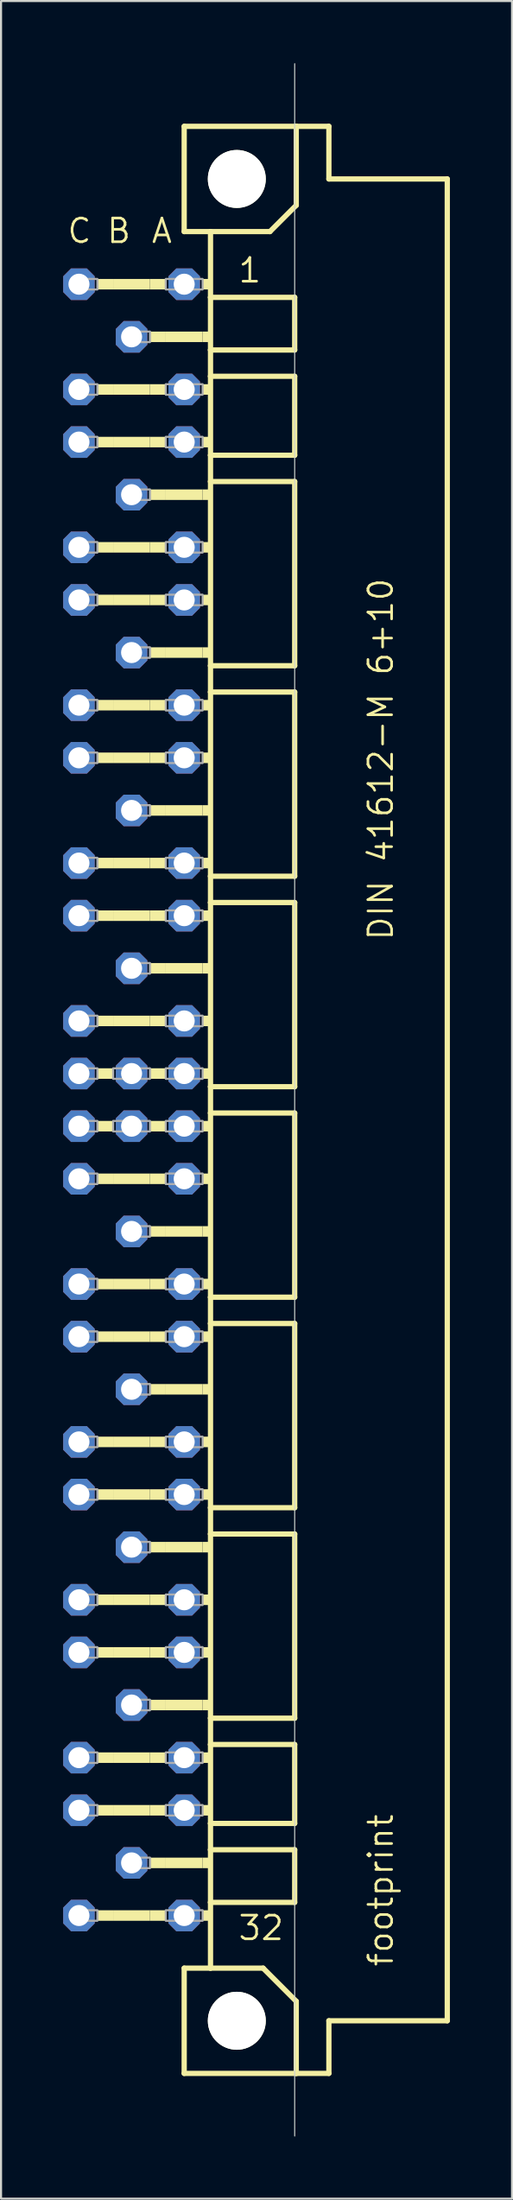
<source format=kicad_pcb>
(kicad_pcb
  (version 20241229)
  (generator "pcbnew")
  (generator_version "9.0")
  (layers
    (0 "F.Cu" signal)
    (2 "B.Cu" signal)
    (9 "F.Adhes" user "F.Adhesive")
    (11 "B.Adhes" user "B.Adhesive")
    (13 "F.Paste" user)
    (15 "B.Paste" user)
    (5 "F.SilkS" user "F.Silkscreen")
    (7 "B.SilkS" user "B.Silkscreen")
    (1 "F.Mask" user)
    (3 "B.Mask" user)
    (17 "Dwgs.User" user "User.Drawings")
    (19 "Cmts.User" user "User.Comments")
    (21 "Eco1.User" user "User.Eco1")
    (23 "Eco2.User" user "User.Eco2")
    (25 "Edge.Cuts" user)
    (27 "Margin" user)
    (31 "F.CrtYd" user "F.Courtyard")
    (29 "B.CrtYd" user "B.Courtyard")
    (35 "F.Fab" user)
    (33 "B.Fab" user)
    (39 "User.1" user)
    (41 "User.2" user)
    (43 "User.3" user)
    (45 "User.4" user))
  (footprint "footprint"
    (layer "F.Cu")
    (at 8.382 50.038)
    (property "Reference" "footprint" (at 7.62 41.91 90) (layer "F.SilkS") (effects (font (size 1.143 1.143) (thickness 0.127)) (justify left bottom)))
    (fp_line (start -2.54 -46.99) (end -2.54 -41.91) (stroke (width 0.254) (type solid)) (layer "F.SilkS"))
    (fp_line (start -2.54 -41.91) (end -1.27 -41.91) (stroke (width 0.254) (type solid)) (layer "F.SilkS"))
    (fp_line (start -2.54 41.91) (end -2.54 46.99) (stroke (width 0.254) (type solid)) (layer "F.SilkS"))
    (fp_line (start -2.54 41.91) (end -1.27 41.91) (stroke (width 0.254) (type solid)) (layer "F.SilkS"))
    (fp_line (start -2.54 46.99) (end 2.87 46.99) (stroke (width 0.254) (type solid)) (layer "F.SilkS"))
    (fp_line (start -1.27 -41.91) (end -1.27 -38.735) (stroke (width 0.254) (type solid)) (layer "F.SilkS"))
    (fp_line (start -1.27 -41.91) (end 1.6 -41.91) (stroke (width 0.254) (type solid)) (layer "F.SilkS"))
    (fp_line (start -1.27 -38.735) (end -1.27 -36.195) (stroke (width 0.254) (type solid)) (layer "F.SilkS"))
    (fp_line (start -1.27 -36.195) (end -1.27 -34.925) (stroke (width 0.254) (type solid)) (layer "F.SilkS"))
    (fp_line (start -1.27 -34.925) (end -1.27 -31.115) (stroke (width 0.254) (type solid)) (layer "F.SilkS"))
    (fp_line (start -1.27 -31.115) (end -1.27 -29.845) (stroke (width 0.254) (type solid)) (layer "F.SilkS"))
    (fp_line (start -1.27 -29.845) (end -1.27 -20.955) (stroke (width 0.254) (type solid)) (layer "F.SilkS"))
    (fp_line (start -1.27 -20.955) (end -1.27 -19.685) (stroke (width 0.254) (type solid)) (layer "F.SilkS"))
    (fp_line (start -1.27 -19.685) (end -1.27 -10.795) (stroke (width 0.254) (type solid)) (layer "F.SilkS"))
    (fp_line (start -1.27 -10.795) (end -1.27 -9.525) (stroke (width 0.254) (type solid)) (layer "F.SilkS"))
    (fp_line (start -1.27 -9.525) (end -1.27 -0.635) (stroke (width 0.254) (type solid)) (layer "F.SilkS"))
    (fp_line (start -1.27 -0.635) (end -1.27 0.635) (stroke (width 0.254) (type solid)) (layer "F.SilkS"))
    (fp_line (start -1.27 0.635) (end -1.27 9.525) (stroke (width 0.254) (type solid)) (layer "F.SilkS"))
    (fp_line (start -1.27 9.525) (end -1.27 10.795) (stroke (width 0.254) (type solid)) (layer "F.SilkS"))
    (fp_line (start -1.27 10.795) (end -1.27 19.685) (stroke (width 0.254) (type solid)) (layer "F.SilkS"))
    (fp_line (start -1.27 19.685) (end -1.27 20.955) (stroke (width 0.254) (type solid)) (layer "F.SilkS"))
    (fp_line (start -1.27 20.955) (end -1.27 29.845) (stroke (width 0.254) (type solid)) (layer "F.SilkS"))
    (fp_line (start -1.27 29.845) (end -1.27 31.115) (stroke (width 0.254) (type solid)) (layer "F.SilkS"))
    (fp_line (start -1.27 31.115) (end -1.27 34.925) (stroke (width 0.254) (type solid)) (layer "F.SilkS"))
    (fp_line (start -1.27 34.925) (end -1.27 36.195) (stroke (width 0.254) (type solid)) (layer "F.SilkS"))
    (fp_line (start -1.27 36.195) (end -1.27 38.735) (stroke (width 0.254) (type solid)) (layer "F.SilkS"))
    (fp_line (start -1.27 38.735) (end -1.27 41.91) (stroke (width 0.254) (type solid)) (layer "F.SilkS"))
    (fp_line (start -1.27 41.91) (end 1.27 41.91) (stroke (width 0.254) (type solid)) (layer "F.SilkS"))
    (fp_line (start 1.6 -41.91) (end 2.87 -43.18) (stroke (width 0.254) (type solid)) (layer "F.SilkS"))
    (fp_line (start 2.794 -38.735) (end -1.27 -38.735) (stroke (width 0.254) (type solid)) (layer "F.SilkS"))
    (fp_line (start 2.794 -38.735) (end 2.794 -36.195) (stroke (width 0.254) (type solid)) (layer "F.SilkS"))
    (fp_line (start 2.794 -36.195) (end -1.27 -36.195) (stroke (width 0.254) (type solid)) (layer "F.SilkS"))
    (fp_line (start 2.794 -34.925) (end -1.27 -34.925) (stroke (width 0.254) (type solid)) (layer "F.SilkS"))
    (fp_line (start 2.794 -34.925) (end 2.794 -31.115) (stroke (width 0.254) (type solid)) (layer "F.SilkS"))
    (fp_line (start 2.794 -31.115) (end -1.27 -31.115) (stroke (width 0.254) (type solid)) (layer "F.SilkS"))
    (fp_line (start 2.794 -29.845) (end -1.27 -29.845) (stroke (width 0.254) (type solid)) (layer "F.SilkS"))
    (fp_line (start 2.794 -29.845) (end 2.794 -20.955) (stroke (width 0.254) (type solid)) (layer "F.SilkS"))
    (fp_line (start 2.794 -20.955) (end -1.27 -20.955) (stroke (width 0.254) (type solid)) (layer "F.SilkS"))
    (fp_line (start 2.794 -19.685) (end -1.27 -19.685) (stroke (width 0.254) (type solid)) (layer "F.SilkS"))
    (fp_line (start 2.794 -19.685) (end 2.794 -10.795) (stroke (width 0.254) (type solid)) (layer "F.SilkS"))
    (fp_line (start 2.794 -10.795) (end -1.27 -10.795) (stroke (width 0.254) (type solid)) (layer "F.SilkS"))
    (fp_line (start 2.794 -9.525) (end -1.27 -9.525) (stroke (width 0.254) (type solid)) (layer "F.SilkS"))
    (fp_line (start 2.794 -9.525) (end 2.794 -0.635) (stroke (width 0.254) (type solid)) (layer "F.SilkS"))
    (fp_line (start 2.794 -0.635) (end -1.27 -0.635) (stroke (width 0.254) (type solid)) (layer "F.SilkS"))
    (fp_line (start 2.794 0.635) (end -1.27 0.635) (stroke (width 0.254) (type solid)) (layer "F.SilkS"))
    (fp_line (start 2.794 0.635) (end 2.794 9.525) (stroke (width 0.254) (type solid)) (layer "F.SilkS"))
    (fp_line (start 2.794 9.525) (end -1.27 9.525) (stroke (width 0.254) (type solid)) (layer "F.SilkS"))
    (fp_line (start 2.794 10.795) (end -1.27 10.795) (stroke (width 0.254) (type solid)) (layer "F.SilkS"))
    (fp_line (start 2.794 10.795) (end 2.794 19.685) (stroke (width 0.254) (type solid)) (layer "F.SilkS"))
    (fp_line (start 2.794 19.685) (end -1.27 19.685) (stroke (width 0.254) (type solid)) (layer "F.SilkS"))
    (fp_line (start 2.794 20.955) (end -1.27 20.955) (stroke (width 0.254) (type solid)) (layer "F.SilkS"))
    (fp_line (start 2.794 20.955) (end 2.794 29.845) (stroke (width 0.254) (type solid)) (layer "F.SilkS"))
    (fp_line (start 2.794 29.845) (end -1.27 29.845) (stroke (width 0.254) (type solid)) (layer "F.SilkS"))
    (fp_line (start 2.794 31.115) (end -1.27 31.115) (stroke (width 0.254) (type solid)) (layer "F.SilkS"))
    (fp_line (start 2.794 31.115) (end 2.794 34.925) (stroke (width 0.254) (type solid)) (layer "F.SilkS"))
    (fp_line (start 2.794 34.925) (end -1.27 34.925) (stroke (width 0.254) (type solid)) (layer "F.SilkS"))
    (fp_line (start 2.794 36.195) (end -1.27 36.195) (stroke (width 0.254) (type solid)) (layer "F.SilkS"))
    (fp_line (start 2.794 36.195) (end 2.794 38.735) (stroke (width 0.254) (type solid)) (layer "F.SilkS"))
    (fp_line (start 2.794 38.735) (end -1.27 38.735) (stroke (width 0.254) (type solid)) (layer "F.SilkS"))
    (fp_line (start 2.87 -46.99) (end -2.54 -46.99) (stroke (width 0.254) (type solid)) (layer "F.SilkS"))
    (fp_line (start 2.87 -43.18) (end 2.87 -46.99) (stroke (width 0.254) (type solid)) (layer "F.SilkS"))
    (fp_line (start 2.87 43.51) (end 1.27 41.91) (stroke (width 0.254) (type solid)) (layer "F.SilkS"))
    (fp_line (start 2.87 43.51) (end 2.87 46.99) (stroke (width 0.254) (type solid)) (layer "F.SilkS"))
    (fp_line (start 2.87 46.99) (end 4.445 46.99) (stroke (width 0.254) (type solid)) (layer "F.SilkS"))
    (fp_line (start 4.445 -46.99) (end 2.87 -46.99) (stroke (width 0.254) (type solid)) (layer "F.SilkS"))
    (fp_line (start 4.445 -44.45) (end 4.445 -46.99) (stroke (width 0.254) (type solid)) (layer "F.SilkS"))
    (fp_line (start 4.445 44.45) (end 10.16 44.45) (stroke (width 0.254) (type solid)) (layer "F.SilkS"))
    (fp_line (start 4.445 46.99) (end 4.445 44.45) (stroke (width 0.254) (type solid)) (layer "F.SilkS"))
    (fp_line (start 10.16 -44.45) (end 4.445 -44.45) (stroke (width 0.254) (type solid)) (layer "F.SilkS"))
    (fp_line (start 10.16 44.45) (end 10.16 -44.45) (stroke (width 0.254) (type solid)) (layer "F.SilkS"))
    (fp_circle (center 0 -44.45) (end 1.27 -44.45) (stroke (width 0.254) (type solid)) (fill no) (layer "F.SilkS"))
    (fp_circle (center 0 44.45) (end 1.27 44.45) (stroke (width 0.254) (type solid)) (fill no) (layer "F.SilkS"))
    (fp_poly (pts (xy -6.731 -39.116) (xy -5.969 -39.116) (xy -5.969 -39.624) (xy -6.731 -39.624)) (stroke (width 0) (type solid)) (fill yes) (layer "F.SilkS"))
    (fp_poly (pts (xy -6.731 -34.036) (xy -5.969 -34.036) (xy -5.969 -34.544) (xy -6.731 -34.544)) (stroke (width 0) (type solid)) (fill yes) (layer "F.SilkS"))
    (fp_poly (pts (xy -6.731 -31.496) (xy -5.969 -31.496) (xy -5.969 -32.004) (xy -6.731 -32.004)) (stroke (width 0) (type solid)) (fill yes) (layer "F.SilkS"))
    (fp_poly (pts (xy -6.731 -26.416) (xy -5.969 -26.416) (xy -5.969 -26.924) (xy -6.731 -26.924)) (stroke (width 0) (type solid)) (fill yes) (layer "F.SilkS"))
    (fp_poly (pts (xy -6.731 -23.876) (xy -5.969 -23.876) (xy -5.969 -24.384) (xy -6.731 -24.384)) (stroke (width 0) (type solid)) (fill yes) (layer "F.SilkS"))
    (fp_poly (pts (xy -6.731 -18.796) (xy -5.969 -18.796) (xy -5.969 -19.304) (xy -6.731 -19.304)) (stroke (width 0) (type solid)) (fill yes) (layer "F.SilkS"))
    (fp_poly (pts (xy -6.731 -16.256) (xy -5.969 -16.256) (xy -5.969 -16.764) (xy -6.731 -16.764)) (stroke (width 0) (type solid)) (fill yes) (layer "F.SilkS"))
    (fp_poly (pts (xy -6.731 -11.176) (xy -5.969 -11.176) (xy -5.969 -11.684) (xy -6.731 -11.684)) (stroke (width 0) (type solid)) (fill yes) (layer "F.SilkS"))
    (fp_poly (pts (xy -6.731 -8.636) (xy -5.969 -8.636) (xy -5.969 -9.144) (xy -6.731 -9.144)) (stroke (width 0) (type solid)) (fill yes) (layer "F.SilkS"))
    (fp_poly (pts (xy -6.731 -3.556) (xy -5.969 -3.556) (xy -5.969 -4.064) (xy -6.731 -4.064)) (stroke (width 0) (type solid)) (fill yes) (layer "F.SilkS"))
    (fp_poly (pts (xy -6.731 -1.016) (xy -5.969 -1.016) (xy -5.969 -1.524) (xy -6.731 -1.524)) (stroke (width 0) (type solid)) (fill yes) (layer "F.SilkS"))
    (fp_poly (pts (xy -6.731 1.524) (xy -5.969 1.524) (xy -5.969 1.016) (xy -6.731 1.016)) (stroke (width 0) (type solid)) (fill yes) (layer "F.SilkS"))
    (fp_poly (pts (xy -6.731 4.064) (xy -5.969 4.064) (xy -5.969 3.556) (xy -6.731 3.556)) (stroke (width 0) (type solid)) (fill yes) (layer "F.SilkS"))
    (fp_poly (pts (xy -6.731 9.144) (xy -5.969 9.144) (xy -5.969 8.636) (xy -6.731 8.636)) (stroke (width 0) (type solid)) (fill yes) (layer "F.SilkS"))
    (fp_poly (pts (xy -6.731 11.684) (xy -5.969 11.684) (xy -5.969 11.176) (xy -6.731 11.176)) (stroke (width 0) (type solid)) (fill yes) (layer "F.SilkS"))
    (fp_poly (pts (xy -6.731 16.764) (xy -5.969 16.764) (xy -5.969 16.256) (xy -6.731 16.256)) (stroke (width 0) (type solid)) (fill yes) (layer "F.SilkS"))
    (fp_poly (pts (xy -6.731 19.304) (xy -5.969 19.304) (xy -5.969 18.796) (xy -6.731 18.796)) (stroke (width 0) (type solid)) (fill yes) (layer "F.SilkS"))
    (fp_poly (pts (xy -6.731 24.384) (xy -5.969 24.384) (xy -5.969 23.876) (xy -6.731 23.876)) (stroke (width 0) (type solid)) (fill yes) (layer "F.SilkS"))
    (fp_poly (pts (xy -6.731 26.924) (xy -5.969 26.924) (xy -5.969 26.416) (xy -6.731 26.416)) (stroke (width 0) (type solid)) (fill yes) (layer "F.SilkS"))
    (fp_poly (pts (xy -6.731 32.004) (xy -5.969 32.004) (xy -5.969 31.496) (xy -6.731 31.496)) (stroke (width 0) (type solid)) (fill yes) (layer "F.SilkS"))
    (fp_poly (pts (xy -6.731 34.544) (xy -5.969 34.544) (xy -5.969 34.036) (xy -6.731 34.036)) (stroke (width 0) (type solid)) (fill yes) (layer "F.SilkS"))
    (fp_poly (pts (xy -6.731 39.624) (xy -5.969 39.624) (xy -5.969 39.116) (xy -6.731 39.116)) (stroke (width 0) (type solid)) (fill yes) (layer "F.SilkS"))
    (fp_poly (pts (xy -5.969 -39.116) (xy -4.191 -39.116) (xy -4.191 -39.624) (xy -5.969 -39.624)) (stroke (width 0) (type solid)) (fill yes) (layer "F.SilkS"))
    (fp_poly (pts (xy -5.969 -34.036) (xy -4.191 -34.036) (xy -4.191 -34.544) (xy -5.969 -34.544)) (stroke (width 0) (type solid)) (fill yes) (layer "F.SilkS"))
    (fp_poly (pts (xy -5.969 -31.496) (xy -4.191 -31.496) (xy -4.191 -32.004) (xy -5.969 -32.004)) (stroke (width 0) (type solid)) (fill yes) (layer "F.SilkS"))
    (fp_poly (pts (xy -5.969 -26.416) (xy -4.191 -26.416) (xy -4.191 -26.924) (xy -5.969 -26.924)) (stroke (width 0) (type solid)) (fill yes) (layer "F.SilkS"))
    (fp_poly (pts (xy -5.969 -23.876) (xy -4.191 -23.876) (xy -4.191 -24.384) (xy -5.969 -24.384)) (stroke (width 0) (type solid)) (fill yes) (layer "F.SilkS"))
    (fp_poly (pts (xy -5.969 -18.796) (xy -4.191 -18.796) (xy -4.191 -19.304) (xy -5.969 -19.304)) (stroke (width 0) (type solid)) (fill yes) (layer "F.SilkS"))
    (fp_poly (pts (xy -5.969 -16.256) (xy -4.191 -16.256) (xy -4.191 -16.764) (xy -5.969 -16.764)) (stroke (width 0) (type solid)) (fill yes) (layer "F.SilkS"))
    (fp_poly (pts (xy -5.969 -11.176) (xy -4.191 -11.176) (xy -4.191 -11.684) (xy -5.969 -11.684)) (stroke (width 0) (type solid)) (fill yes) (layer "F.SilkS"))
    (fp_poly (pts (xy -5.969 -8.636) (xy -4.191 -8.636) (xy -4.191 -9.144) (xy -5.969 -9.144)) (stroke (width 0) (type solid)) (fill yes) (layer "F.SilkS"))
    (fp_poly (pts (xy -5.969 -3.556) (xy -4.191 -3.556) (xy -4.191 -4.064) (xy -5.969 -4.064)) (stroke (width 0) (type solid)) (fill yes) (layer "F.SilkS"))
    (fp_poly (pts (xy -5.969 4.064) (xy -4.191 4.064) (xy -4.191 3.556) (xy -5.969 3.556)) (stroke (width 0) (type solid)) (fill yes) (layer "F.SilkS"))
    (fp_poly (pts (xy -5.969 9.144) (xy -4.191 9.144) (xy -4.191 8.636) (xy -5.969 8.636)) (stroke (width 0) (type solid)) (fill yes) (layer "F.SilkS"))
    (fp_poly (pts (xy -5.969 11.684) (xy -4.191 11.684) (xy -4.191 11.176) (xy -5.969 11.176)) (stroke (width 0) (type solid)) (fill yes) (layer "F.SilkS"))
    (fp_poly (pts (xy -5.969 16.764) (xy -4.191 16.764) (xy -4.191 16.256) (xy -5.969 16.256)) (stroke (width 0) (type solid)) (fill yes) (layer "F.SilkS"))
    (fp_poly (pts (xy -5.969 19.304) (xy -4.191 19.304) (xy -4.191 18.796) (xy -5.969 18.796)) (stroke (width 0) (type solid)) (fill yes) (layer "F.SilkS"))
    (fp_poly (pts (xy -5.969 24.384) (xy -4.191 24.384) (xy -4.191 23.876) (xy -5.969 23.876)) (stroke (width 0) (type solid)) (fill yes) (layer "F.SilkS"))
    (fp_poly (pts (xy -5.969 26.924) (xy -4.191 26.924) (xy -4.191 26.416) (xy -5.969 26.416)) (stroke (width 0) (type solid)) (fill yes) (layer "F.SilkS"))
    (fp_poly (pts (xy -5.969 32.004) (xy -4.191 32.004) (xy -4.191 31.496) (xy -5.969 31.496)) (stroke (width 0) (type solid)) (fill yes) (layer "F.SilkS"))
    (fp_poly (pts (xy -5.969 34.544) (xy -4.191 34.544) (xy -4.191 34.036) (xy -5.969 34.036)) (stroke (width 0) (type solid)) (fill yes) (layer "F.SilkS"))
    (fp_poly (pts (xy -5.969 39.624) (xy -4.191 39.624) (xy -4.191 39.116) (xy -5.969 39.116)) (stroke (width 0) (type solid)) (fill yes) (layer "F.SilkS"))
    (fp_poly (pts (xy -4.191 -39.116) (xy -3.429 -39.116) (xy -3.429 -39.624) (xy -4.191 -39.624)) (stroke (width 0) (type solid)) (fill yes) (layer "F.SilkS"))
    (fp_poly (pts (xy -4.191 -36.576) (xy -3.429 -36.576) (xy -3.429 -37.084) (xy -4.191 -37.084)) (stroke (width 0) (type solid)) (fill yes) (layer "F.SilkS"))
    (fp_poly (pts (xy -4.191 -34.036) (xy -3.429 -34.036) (xy -3.429 -34.544) (xy -4.191 -34.544)) (stroke (width 0) (type solid)) (fill yes) (layer "F.SilkS"))
    (fp_poly (pts (xy -4.191 -31.496) (xy -3.429 -31.496) (xy -3.429 -32.004) (xy -4.191 -32.004)) (stroke (width 0) (type solid)) (fill yes) (layer "F.SilkS"))
    (fp_poly (pts (xy -4.191 -28.956) (xy -3.429 -28.956) (xy -3.429 -29.464) (xy -4.191 -29.464)) (stroke (width 0) (type solid)) (fill yes) (layer "F.SilkS"))
    (fp_poly (pts (xy -4.191 -26.416) (xy -3.429 -26.416) (xy -3.429 -26.924) (xy -4.191 -26.924)) (stroke (width 0) (type solid)) (fill yes) (layer "F.SilkS"))
    (fp_poly (pts (xy -4.191 -23.876) (xy -3.429 -23.876) (xy -3.429 -24.384) (xy -4.191 -24.384)) (stroke (width 0) (type solid)) (fill yes) (layer "F.SilkS"))
    (fp_poly (pts (xy -4.191 -21.336) (xy -3.429 -21.336) (xy -3.429 -21.844) (xy -4.191 -21.844)) (stroke (width 0) (type solid)) (fill yes) (layer "F.SilkS"))
    (fp_poly (pts (xy -4.191 -18.796) (xy -3.429 -18.796) (xy -3.429 -19.304) (xy -4.191 -19.304)) (stroke (width 0) (type solid)) (fill yes) (layer "F.SilkS"))
    (fp_poly (pts (xy -4.191 -16.256) (xy -3.429 -16.256) (xy -3.429 -16.764) (xy -4.191 -16.764)) (stroke (width 0) (type solid)) (fill yes) (layer "F.SilkS"))
    (fp_poly (pts (xy -4.191 -13.716) (xy -3.429 -13.716) (xy -3.429 -14.224) (xy -4.191 -14.224)) (stroke (width 0) (type solid)) (fill yes) (layer "F.SilkS"))
    (fp_poly (pts (xy -4.191 -11.176) (xy -3.429 -11.176) (xy -3.429 -11.684) (xy -4.191 -11.684)) (stroke (width 0) (type solid)) (fill yes) (layer "F.SilkS"))
    (fp_poly (pts (xy -4.191 -8.636) (xy -3.429 -8.636) (xy -3.429 -9.144) (xy -4.191 -9.144)) (stroke (width 0) (type solid)) (fill yes) (layer "F.SilkS"))
    (fp_poly (pts (xy -4.191 -6.096) (xy -3.429 -6.096) (xy -3.429 -6.604) (xy -4.191 -6.604)) (stroke (width 0) (type solid)) (fill yes) (layer "F.SilkS"))
    (fp_poly (pts (xy -4.191 -3.556) (xy -3.429 -3.556) (xy -3.429 -4.064) (xy -4.191 -4.064)) (stroke (width 0) (type solid)) (fill yes) (layer "F.SilkS"))
    (fp_poly (pts (xy -4.191 -1.016) (xy -3.429 -1.016) (xy -3.429 -1.524) (xy -4.191 -1.524)) (stroke (width 0) (type solid)) (fill yes) (layer "F.SilkS"))
    (fp_poly (pts (xy -4.191 1.524) (xy -3.429 1.524) (xy -3.429 1.016) (xy -4.191 1.016)) (stroke (width 0) (type solid)) (fill yes) (layer "F.SilkS"))
    (fp_poly (pts (xy -4.191 4.064) (xy -3.429 4.064) (xy -3.429 3.556) (xy -4.191 3.556)) (stroke (width 0) (type solid)) (fill yes) (layer "F.SilkS"))
    (fp_poly (pts (xy -4.191 6.604) (xy -3.429 6.604) (xy -3.429 6.096) (xy -4.191 6.096)) (stroke (width 0) (type solid)) (fill yes) (layer "F.SilkS"))
    (fp_poly (pts (xy -4.191 9.144) (xy -3.429 9.144) (xy -3.429 8.636) (xy -4.191 8.636)) (stroke (width 0) (type solid)) (fill yes) (layer "F.SilkS"))
    (fp_poly (pts (xy -4.191 11.684) (xy -3.429 11.684) (xy -3.429 11.176) (xy -4.191 11.176)) (stroke (width 0) (type solid)) (fill yes) (layer "F.SilkS"))
    (fp_poly (pts (xy -4.191 14.224) (xy -3.429 14.224) (xy -3.429 13.716) (xy -4.191 13.716)) (stroke (width 0) (type solid)) (fill yes) (layer "F.SilkS"))
    (fp_poly (pts (xy -4.191 16.764) (xy -3.429 16.764) (xy -3.429 16.256) (xy -4.191 16.256)) (stroke (width 0) (type solid)) (fill yes) (layer "F.SilkS"))
    (fp_poly (pts (xy -4.191 19.304) (xy -3.429 19.304) (xy -3.429 18.796) (xy -4.191 18.796)) (stroke (width 0) (type solid)) (fill yes) (layer "F.SilkS"))
    (fp_poly (pts (xy -4.191 21.844) (xy -3.429 21.844) (xy -3.429 21.336) (xy -4.191 21.336)) (stroke (width 0) (type solid)) (fill yes) (layer "F.SilkS"))
    (fp_poly (pts (xy -4.191 24.384) (xy -3.429 24.384) (xy -3.429 23.876) (xy -4.191 23.876)) (stroke (width 0) (type solid)) (fill yes) (layer "F.SilkS"))
    (fp_poly (pts (xy -4.191 26.924) (xy -3.429 26.924) (xy -3.429 26.416) (xy -4.191 26.416)) (stroke (width 0) (type solid)) (fill yes) (layer "F.SilkS"))
    (fp_poly (pts (xy -4.191 29.464) (xy -3.429 29.464) (xy -3.429 28.956) (xy -4.191 28.956)) (stroke (width 0) (type solid)) (fill yes) (layer "F.SilkS"))
    (fp_poly (pts (xy -4.191 32.004) (xy -3.429 32.004) (xy -3.429 31.496) (xy -4.191 31.496)) (stroke (width 0) (type solid)) (fill yes) (layer "F.SilkS"))
    (fp_poly (pts (xy -4.191 34.544) (xy -3.429 34.544) (xy -3.429 34.036) (xy -4.191 34.036)) (stroke (width 0) (type solid)) (fill yes) (layer "F.SilkS"))
    (fp_poly (pts (xy -4.191 37.084) (xy -3.429 37.084) (xy -3.429 36.576) (xy -4.191 36.576)) (stroke (width 0) (type solid)) (fill yes) (layer "F.SilkS"))
    (fp_poly (pts (xy -4.191 39.624) (xy -3.429 39.624) (xy -3.429 39.116) (xy -4.191 39.116)) (stroke (width 0) (type solid)) (fill yes) (layer "F.SilkS"))
    (fp_poly (pts (xy -3.429 -36.576) (xy -1.651 -36.576) (xy -1.651 -37.084) (xy -3.429 -37.084)) (stroke (width 0) (type solid)) (fill yes) (layer "F.SilkS"))
    (fp_poly (pts (xy -3.429 -28.956) (xy -1.651 -28.956) (xy -1.651 -29.464) (xy -3.429 -29.464)) (stroke (width 0) (type solid)) (fill yes) (layer "F.SilkS"))
    (fp_poly (pts (xy -3.429 -21.336) (xy -1.651 -21.336) (xy -1.651 -21.844) (xy -3.429 -21.844)) (stroke (width 0) (type solid)) (fill yes) (layer "F.SilkS"))
    (fp_poly (pts (xy -3.429 -13.716) (xy -1.651 -13.716) (xy -1.651 -14.224) (xy -3.429 -14.224)) (stroke (width 0) (type solid)) (fill yes) (layer "F.SilkS"))
    (fp_poly (pts (xy -3.429 -6.096) (xy -1.651 -6.096) (xy -1.651 -6.604) (xy -3.429 -6.604)) (stroke (width 0) (type solid)) (fill yes) (layer "F.SilkS"))
    (fp_poly (pts (xy -3.429 6.604) (xy -1.651 6.604) (xy -1.651 6.096) (xy -3.429 6.096)) (stroke (width 0) (type solid)) (fill yes) (layer "F.SilkS"))
    (fp_poly (pts (xy -3.429 14.224) (xy -1.651 14.224) (xy -1.651 13.716) (xy -3.429 13.716)) (stroke (width 0) (type solid)) (fill yes) (layer "F.SilkS"))
    (fp_poly (pts (xy -3.429 21.844) (xy -1.651 21.844) (xy -1.651 21.336) (xy -3.429 21.336)) (stroke (width 0) (type solid)) (fill yes) (layer "F.SilkS"))
    (fp_poly (pts (xy -3.429 29.464) (xy -1.651 29.464) (xy -1.651 28.956) (xy -3.429 28.956)) (stroke (width 0) (type solid)) (fill yes) (layer "F.SilkS"))
    (fp_poly (pts (xy -3.429 37.084) (xy -1.651 37.084) (xy -1.651 36.576) (xy -3.429 36.576)) (stroke (width 0) (type solid)) (fill yes) (layer "F.SilkS"))
    (fp_poly (pts (xy -1.651 -39.116) (xy -1.27 -39.116) (xy -1.27 -39.624) (xy -1.651 -39.624)) (stroke (width 0) (type solid)) (fill yes) (layer "F.SilkS"))
    (fp_poly (pts (xy -1.651 -36.576) (xy -1.27 -36.576) (xy -1.27 -37.084) (xy -1.651 -37.084)) (stroke (width 0) (type solid)) (fill yes) (layer "F.SilkS"))
    (fp_poly (pts (xy -1.651 -34.036) (xy -1.27 -34.036) (xy -1.27 -34.544) (xy -1.651 -34.544)) (stroke (width 0) (type solid)) (fill yes) (layer "F.SilkS"))
    (fp_poly (pts (xy -1.651 -31.496) (xy -1.27 -31.496) (xy -1.27 -32.004) (xy -1.651 -32.004)) (stroke (width 0) (type solid)) (fill yes) (layer "F.SilkS"))
    (fp_poly (pts (xy -1.651 -28.956) (xy -1.27 -28.956) (xy -1.27 -29.464) (xy -1.651 -29.464)) (stroke (width 0) (type solid)) (fill yes) (layer "F.SilkS"))
    (fp_poly (pts (xy -1.651 -26.416) (xy -1.27 -26.416) (xy -1.27 -26.924) (xy -1.651 -26.924)) (stroke (width 0) (type solid)) (fill yes) (layer "F.SilkS"))
    (fp_poly (pts (xy -1.651 -23.876) (xy -1.27 -23.876) (xy -1.27 -24.384) (xy -1.651 -24.384)) (stroke (width 0) (type solid)) (fill yes) (layer "F.SilkS"))
    (fp_poly (pts (xy -1.651 -21.336) (xy -1.27 -21.336) (xy -1.27 -21.844) (xy -1.651 -21.844)) (stroke (width 0) (type solid)) (fill yes) (layer "F.SilkS"))
    (fp_poly (pts (xy -1.651 -18.796) (xy -1.27 -18.796) (xy -1.27 -19.304) (xy -1.651 -19.304)) (stroke (width 0) (type solid)) (fill yes) (layer "F.SilkS"))
    (fp_poly (pts (xy -1.651 -16.256) (xy -1.27 -16.256) (xy -1.27 -16.764) (xy -1.651 -16.764)) (stroke (width 0) (type solid)) (fill yes) (layer "F.SilkS"))
    (fp_poly (pts (xy -1.651 -13.716) (xy -1.27 -13.716) (xy -1.27 -14.224) (xy -1.651 -14.224)) (stroke (width 0) (type solid)) (fill yes) (layer "F.SilkS"))
    (fp_poly (pts (xy -1.651 -11.176) (xy -1.27 -11.176) (xy -1.27 -11.684) (xy -1.651 -11.684)) (stroke (width 0) (type solid)) (fill yes) (layer "F.SilkS"))
    (fp_poly (pts (xy -1.651 -8.636) (xy -1.27 -8.636) (xy -1.27 -9.144) (xy -1.651 -9.144)) (stroke (width 0) (type solid)) (fill yes) (layer "F.SilkS"))
    (fp_poly (pts (xy -1.651 -6.096) (xy -1.27 -6.096) (xy -1.27 -6.604) (xy -1.651 -6.604)) (stroke (width 0) (type solid)) (fill yes) (layer "F.SilkS"))
    (fp_poly (pts (xy -1.651 -3.556) (xy -1.27 -3.556) (xy -1.27 -4.064) (xy -1.651 -4.064)) (stroke (width 0) (type solid)) (fill yes) (layer "F.SilkS"))
    (fp_poly (pts (xy -1.651 -1.016) (xy -1.27 -1.016) (xy -1.27 -1.524) (xy -1.651 -1.524)) (stroke (width 0) (type solid)) (fill yes) (layer "F.SilkS"))
    (fp_poly (pts (xy -1.651 1.524) (xy -1.27 1.524) (xy -1.27 1.016) (xy -1.651 1.016)) (stroke (width 0) (type solid)) (fill yes) (layer "F.SilkS"))
    (fp_poly (pts (xy -1.651 4.064) (xy -1.27 4.064) (xy -1.27 3.556) (xy -1.651 3.556)) (stroke (width 0) (type solid)) (fill yes) (layer "F.SilkS"))
    (fp_poly (pts (xy -1.651 6.604) (xy -1.27 6.604) (xy -1.27 6.096) (xy -1.651 6.096)) (stroke (width 0) (type solid)) (fill yes) (layer "F.SilkS"))
    (fp_poly (pts (xy -1.651 9.144) (xy -1.27 9.144) (xy -1.27 8.636) (xy -1.651 8.636)) (stroke (width 0) (type solid)) (fill yes) (layer "F.SilkS"))
    (fp_poly (pts (xy -1.651 11.684) (xy -1.27 11.684) (xy -1.27 11.176) (xy -1.651 11.176)) (stroke (width 0) (type solid)) (fill yes) (layer "F.SilkS"))
    (fp_poly (pts (xy -1.651 14.224) (xy -1.27 14.224) (xy -1.27 13.716) (xy -1.651 13.716)) (stroke (width 0) (type solid)) (fill yes) (layer "F.SilkS"))
    (fp_poly (pts (xy -1.651 16.764) (xy -1.27 16.764) (xy -1.27 16.256) (xy -1.651 16.256)) (stroke (width 0) (type solid)) (fill yes) (layer "F.SilkS"))
    (fp_poly (pts (xy -1.651 19.304) (xy -1.27 19.304) (xy -1.27 18.796) (xy -1.651 18.796)) (stroke (width 0) (type solid)) (fill yes) (layer "F.SilkS"))
    (fp_poly (pts (xy -1.651 21.844) (xy -1.27 21.844) (xy -1.27 21.336) (xy -1.651 21.336)) (stroke (width 0) (type solid)) (fill yes) (layer "F.SilkS"))
    (fp_poly (pts (xy -1.651 24.384) (xy -1.27 24.384) (xy -1.27 23.876) (xy -1.651 23.876)) (stroke (width 0) (type solid)) (fill yes) (layer "F.SilkS"))
    (fp_poly (pts (xy -1.651 26.924) (xy -1.27 26.924) (xy -1.27 26.416) (xy -1.651 26.416)) (stroke (width 0) (type solid)) (fill yes) (layer "F.SilkS"))
    (fp_poly (pts (xy -1.651 29.464) (xy -1.27 29.464) (xy -1.27 28.956) (xy -1.651 28.956)) (stroke (width 0) (type solid)) (fill yes) (layer "F.SilkS"))
    (fp_poly (pts (xy -1.651 32.004) (xy -1.27 32.004) (xy -1.27 31.496) (xy -1.651 31.496)) (stroke (width 0) (type solid)) (fill yes) (layer "F.SilkS"))
    (fp_poly (pts (xy -1.651 34.544) (xy -1.27 34.544) (xy -1.27 34.036) (xy -1.651 34.036)) (stroke (width 0) (type solid)) (fill yes) (layer "F.SilkS"))
    (fp_poly (pts (xy -1.651 37.084) (xy -1.27 37.084) (xy -1.27 36.576) (xy -1.651 36.576)) (stroke (width 0) (type solid)) (fill yes) (layer "F.SilkS"))
    (fp_poly (pts (xy -1.651 39.624) (xy -1.27 39.624) (xy -1.27 39.116) (xy -1.651 39.116)) (stroke (width 0) (type solid)) (fill yes) (layer "F.SilkS"))
    (fp_line (start 2.794 50.013) (end 2.794 -50.013) (stroke (width 0.05) (type solid)) (layer "Edge.Cuts"))
    (fp_poly (pts (xy -7.874 -39.116) (xy -6.731 -39.116) (xy -6.731 -39.624) (xy -7.874 -39.624)) (stroke (width 0.1) (type solid)) (fill no) (layer "F.Fab"))
    (fp_poly (pts (xy -7.874 -34.036) (xy -6.731 -34.036) (xy -6.731 -34.544) (xy -7.874 -34.544)) (stroke (width 0.1) (type solid)) (fill no) (layer "F.Fab"))
    (fp_poly (pts (xy -7.874 -31.496) (xy -6.731 -31.496) (xy -6.731 -32.004) (xy -7.874 -32.004)) (stroke (width 0.1) (type solid)) (fill no) (layer "F.Fab"))
    (fp_poly (pts (xy -7.874 -26.416) (xy -6.731 -26.416) (xy -6.731 -26.924) (xy -7.874 -26.924)) (stroke (width 0.1) (type solid)) (fill no) (layer "F.Fab"))
    (fp_poly (pts (xy -7.874 -23.876) (xy -6.731 -23.876) (xy -6.731 -24.384) (xy -7.874 -24.384)) (stroke (width 0.1) (type solid)) (fill no) (layer "F.Fab"))
    (fp_poly (pts (xy -7.874 -18.796) (xy -6.731 -18.796) (xy -6.731 -19.304) (xy -7.874 -19.304)) (stroke (width 0.1) (type solid)) (fill no) (layer "F.Fab"))
    (fp_poly (pts (xy -7.874 -16.256) (xy -6.731 -16.256) (xy -6.731 -16.764) (xy -7.874 -16.764)) (stroke (width 0.1) (type solid)) (fill no) (layer "F.Fab"))
    (fp_poly (pts (xy -7.874 -11.176) (xy -6.731 -11.176) (xy -6.731 -11.684) (xy -7.874 -11.684)) (stroke (width 0.1) (type solid)) (fill no) (layer "F.Fab"))
    (fp_poly (pts (xy -7.874 -8.636) (xy -6.731 -8.636) (xy -6.731 -9.144) (xy -7.874 -9.144)) (stroke (width 0.1) (type solid)) (fill no) (layer "F.Fab"))
    (fp_poly (pts (xy -7.874 -3.556) (xy -6.731 -3.556) (xy -6.731 -4.064) (xy -7.874 -4.064)) (stroke (width 0.1) (type solid)) (fill no) (layer "F.Fab"))
    (fp_poly (pts (xy -7.874 -1.016) (xy -6.731 -1.016) (xy -6.731 -1.524) (xy -7.874 -1.524)) (stroke (width 0.1) (type solid)) (fill no) (layer "F.Fab"))
    (fp_poly (pts (xy -7.874 1.524) (xy -6.731 1.524) (xy -6.731 1.016) (xy -7.874 1.016)) (stroke (width 0.1) (type solid)) (fill no) (layer "F.Fab"))
    (fp_poly (pts (xy -7.874 4.064) (xy -6.731 4.064) (xy -6.731 3.556) (xy -7.874 3.556)) (stroke (width 0.1) (type solid)) (fill no) (layer "F.Fab"))
    (fp_poly (pts (xy -7.874 9.144) (xy -6.731 9.144) (xy -6.731 8.636) (xy -7.874 8.636)) (stroke (width 0.1) (type solid)) (fill no) (layer "F.Fab"))
    (fp_poly (pts (xy -7.874 11.684) (xy -6.731 11.684) (xy -6.731 11.176) (xy -7.874 11.176)) (stroke (width 0.1) (type solid)) (fill no) (layer "F.Fab"))
    (fp_poly (pts (xy -7.874 16.764) (xy -6.731 16.764) (xy -6.731 16.256) (xy -7.874 16.256)) (stroke (width 0.1) (type solid)) (fill no) (layer "F.Fab"))
    (fp_poly (pts (xy -7.874 19.304) (xy -6.731 19.304) (xy -6.731 18.796) (xy -7.874 18.796)) (stroke (width 0.1) (type solid)) (fill no) (layer "F.Fab"))
    (fp_poly (pts (xy -7.874 24.384) (xy -6.731 24.384) (xy -6.731 23.876) (xy -7.874 23.876)) (stroke (width 0.1) (type solid)) (fill no) (layer "F.Fab"))
    (fp_poly (pts (xy -7.874 26.924) (xy -6.731 26.924) (xy -6.731 26.416) (xy -7.874 26.416)) (stroke (width 0.1) (type solid)) (fill no) (layer "F.Fab"))
    (fp_poly (pts (xy -7.874 32.004) (xy -6.731 32.004) (xy -6.731 31.496) (xy -7.874 31.496)) (stroke (width 0.1) (type solid)) (fill no) (layer "F.Fab"))
    (fp_poly (pts (xy -7.874 34.544) (xy -6.731 34.544) (xy -6.731 34.036) (xy -7.874 34.036)) (stroke (width 0.1) (type solid)) (fill no) (layer "F.Fab"))
    (fp_poly (pts (xy -7.874 39.624) (xy -6.731 39.624) (xy -6.731 39.116) (xy -7.874 39.116)) (stroke (width 0.1) (type solid)) (fill no) (layer "F.Fab"))
    (fp_poly (pts (xy -5.969 -1.016) (xy -4.191 -1.016) (xy -4.191 -1.524) (xy -5.969 -1.524)) (stroke (width 0.1) (type solid)) (fill no) (layer "F.Fab"))
    (fp_poly (pts (xy -5.969 1.524) (xy -4.191 1.524) (xy -4.191 1.016) (xy -5.969 1.016)) (stroke (width 0.1) (type solid)) (fill no) (layer "F.Fab"))
    (fp_poly (pts (xy -5.334 -36.576) (xy -4.191 -36.576) (xy -4.191 -37.084) (xy -5.334 -37.084)) (stroke (width 0.1) (type solid)) (fill no) (layer "F.Fab"))
    (fp_poly (pts (xy -5.334 -28.956) (xy -4.191 -28.956) (xy -4.191 -29.464) (xy -5.334 -29.464)) (stroke (width 0.1) (type solid)) (fill no) (layer "F.Fab"))
    (fp_poly (pts (xy -5.334 -21.336) (xy -4.191 -21.336) (xy -4.191 -21.844) (xy -5.334 -21.844)) (stroke (width 0.1) (type solid)) (fill no) (layer "F.Fab"))
    (fp_poly (pts (xy -5.334 -13.716) (xy -4.191 -13.716) (xy -4.191 -14.224) (xy -5.334 -14.224)) (stroke (width 0.1) (type solid)) (fill no) (layer "F.Fab"))
    (fp_poly (pts (xy -5.334 -6.096) (xy -4.191 -6.096) (xy -4.191 -6.604) (xy -5.334 -6.604)) (stroke (width 0.1) (type solid)) (fill no) (layer "F.Fab"))
    (fp_poly (pts (xy -5.334 6.604) (xy -4.191 6.604) (xy -4.191 6.096) (xy -5.334 6.096)) (stroke (width 0.1) (type solid)) (fill no) (layer "F.Fab"))
    (fp_poly (pts (xy -5.334 14.224) (xy -4.191 14.224) (xy -4.191 13.716) (xy -5.334 13.716)) (stroke (width 0.1) (type solid)) (fill no) (layer "F.Fab"))
    (fp_poly (pts (xy -5.334 21.844) (xy -4.191 21.844) (xy -4.191 21.336) (xy -5.334 21.336)) (stroke (width 0.1) (type solid)) (fill no) (layer "F.Fab"))
    (fp_poly (pts (xy -5.334 29.464) (xy -4.191 29.464) (xy -4.191 28.956) (xy -5.334 28.956)) (stroke (width 0.1) (type solid)) (fill no) (layer "F.Fab"))
    (fp_poly (pts (xy -5.334 37.084) (xy -4.191 37.084) (xy -4.191 36.576) (xy -5.334 36.576)) (stroke (width 0.1) (type solid)) (fill no) (layer "F.Fab"))
    (fp_poly (pts (xy -3.429 -39.116) (xy -1.651 -39.116) (xy -1.651 -39.624) (xy -3.429 -39.624)) (stroke (width 0.1) (type solid)) (fill no) (layer "F.Fab"))
    (fp_poly (pts (xy -3.429 -34.036) (xy -1.651 -34.036) (xy -1.651 -34.544) (xy -3.429 -34.544)) (stroke (width 0.1) (type solid)) (fill no) (layer "F.Fab"))
    (fp_poly (pts (xy -3.429 -31.496) (xy -1.651 -31.496) (xy -1.651 -32.004) (xy -3.429 -32.004)) (stroke (width 0.1) (type solid)) (fill no) (layer "F.Fab"))
    (fp_poly (pts (xy -3.429 -26.416) (xy -1.651 -26.416) (xy -1.651 -26.924) (xy -3.429 -26.924)) (stroke (width 0.1) (type solid)) (fill no) (layer "F.Fab"))
    (fp_poly (pts (xy -3.429 -23.876) (xy -1.651 -23.876) (xy -1.651 -24.384) (xy -3.429 -24.384)) (stroke (width 0.1) (type solid)) (fill no) (layer "F.Fab"))
    (fp_poly (pts (xy -3.429 -18.796) (xy -1.651 -18.796) (xy -1.651 -19.304) (xy -3.429 -19.304)) (stroke (width 0.1) (type solid)) (fill no) (layer "F.Fab"))
    (fp_poly (pts (xy -3.429 -16.256) (xy -1.651 -16.256) (xy -1.651 -16.764) (xy -3.429 -16.764)) (stroke (width 0.1) (type solid)) (fill no) (layer "F.Fab"))
    (fp_poly (pts (xy -3.429 -11.176) (xy -1.651 -11.176) (xy -1.651 -11.684) (xy -3.429 -11.684)) (stroke (width 0.1) (type solid)) (fill no) (layer "F.Fab"))
    (fp_poly (pts (xy -3.429 -8.636) (xy -1.651 -8.636) (xy -1.651 -9.144) (xy -3.429 -9.144)) (stroke (width 0.1) (type solid)) (fill no) (layer "F.Fab"))
    (fp_poly (pts (xy -3.429 -3.556) (xy -1.651 -3.556) (xy -1.651 -4.064) (xy -3.429 -4.064)) (stroke (width 0.1) (type solid)) (fill no) (layer "F.Fab"))
    (fp_poly (pts (xy -3.429 -1.016) (xy -1.651 -1.016) (xy -1.651 -1.524) (xy -3.429 -1.524)) (stroke (width 0.1) (type solid)) (fill no) (layer "F.Fab"))
    (fp_poly (pts (xy -3.429 1.524) (xy -1.651 1.524) (xy -1.651 1.016) (xy -3.429 1.016)) (stroke (width 0.1) (type solid)) (fill no) (layer "F.Fab"))
    (fp_poly (pts (xy -3.429 4.064) (xy -1.651 4.064) (xy -1.651 3.556) (xy -3.429 3.556)) (stroke (width 0.1) (type solid)) (fill no) (layer "F.Fab"))
    (fp_poly (pts (xy -3.429 9.144) (xy -1.651 9.144) (xy -1.651 8.636) (xy -3.429 8.636)) (stroke (width 0.1) (type solid)) (fill no) (layer "F.Fab"))
    (fp_poly (pts (xy -3.429 11.684) (xy -1.651 11.684) (xy -1.651 11.176) (xy -3.429 11.176)) (stroke (width 0.1) (type solid)) (fill no) (layer "F.Fab"))
    (fp_poly (pts (xy -3.429 16.764) (xy -1.651 16.764) (xy -1.651 16.256) (xy -3.429 16.256)) (stroke (width 0.1) (type solid)) (fill no) (layer "F.Fab"))
    (fp_poly (pts (xy -3.429 19.304) (xy -1.651 19.304) (xy -1.651 18.796) (xy -3.429 18.796)) (stroke (width 0.1) (type solid)) (fill no) (layer "F.Fab"))
    (fp_poly (pts (xy -3.429 24.384) (xy -1.651 24.384) (xy -1.651 23.876) (xy -3.429 23.876)) (stroke (width 0.1) (type solid)) (fill no) (layer "F.Fab"))
    (fp_poly (pts (xy -3.429 26.924) (xy -1.651 26.924) (xy -1.651 26.416) (xy -3.429 26.416)) (stroke (width 0.1) (type solid)) (fill no) (layer "F.Fab"))
    (fp_poly (pts (xy -3.429 32.004) (xy -1.651 32.004) (xy -1.651 31.496) (xy -3.429 31.496)) (stroke (width 0.1) (type solid)) (fill no) (layer "F.Fab"))
    (fp_poly (pts (xy -3.429 34.544) (xy -1.651 34.544) (xy -1.651 34.036) (xy -3.429 34.036)) (stroke (width 0.1) (type solid)) (fill no) (layer "F.Fab"))
    (fp_poly (pts (xy -3.429 39.624) (xy -1.651 39.624) (xy -1.651 39.116) (xy -3.429 39.116)) (stroke (width 0.1) (type solid)) (fill no) (layer "F.Fab"))
    (fp_text user "B" (at -6.35 -41.275 0) (layer "F.SilkS") (effects (font (size 1.143 1.143) (thickness 0.127)) (justify left bottom)))
    (fp_text user "DIN 41612-M 6+10" (at 7.62 -7.62 90) (layer "F.SilkS") (effects (font (size 1.143 1.143) (thickness 0.127)) (justify left bottom)))
    (fp_text user "C" (at -8.255 -41.275 0) (layer "F.SilkS") (effects (font (size 1.143 1.143) (thickness 0.127)) (justify left bottom)))
    (fp_text user "1" (at 0 -39.37 0) (layer "F.SilkS") (effects (font (size 1.143 1.143) (thickness 0.127)) (justify left bottom)))
    (fp_text user "32" (at 0 40.64 0) (layer "F.SilkS") (effects (font (size 1.143 1.143) (thickness 0.127)) (justify left bottom)))
    (fp_text user "A" (at -4.191 -41.275 0) (layer "F.SilkS") (effects (font (size 1.143 1.143) (thickness 0.127)) (justify left bottom)))
    (pad "" np_thru_hole circle (at 0 -44.45) (size 2.8 2.8) (drill 2.8) (layers "*.Cu" "*.Mask"))
    (pad "" np_thru_hole circle (at 0 44.45) (size 2.8 2.8) (drill 2.8) (layers "*.Cu" "*.Mask"))
    (pad "A1" thru_hole roundrect (at -2.54 -39.37) (size 1.524 1.524) (drill 1.016) (layers "*.Cu" "*.Mask") (roundrect_rratio 0.25) (chamfer_ratio 0.25) (chamfer top_left top_right bottom_left bottom_right))
    (pad "A3" thru_hole roundrect (at -2.54 -34.29) (size 1.524 1.524) (drill 1.016) (layers "*.Cu" "*.Mask") (roundrect_rratio 0.25) (chamfer_ratio 0.25) (chamfer top_left top_right bottom_left bottom_right))
    (pad "A4" thru_hole roundrect (at -2.54 -31.75) (size 1.524 1.524) (drill 1.016) (layers "*.Cu" "*.Mask") (roundrect_rratio 0.25) (chamfer_ratio 0.25) (chamfer top_left top_right bottom_left bottom_right))
    (pad "A6" thru_hole roundrect (at -2.54 -26.67) (size 1.524 1.524) (drill 1.016) (layers "*.Cu" "*.Mask") (roundrect_rratio 0.25) (chamfer_ratio 0.25) (chamfer top_left top_right bottom_left bottom_right))
    (pad "A7" thru_hole roundrect (at -2.54 -24.13) (size 1.524 1.524) (drill 1.016) (layers "*.Cu" "*.Mask") (roundrect_rratio 0.25) (chamfer_ratio 0.25) (chamfer top_left top_right bottom_left bottom_right))
    (pad "A9" thru_hole roundrect (at -2.54 -19.05) (size 1.524 1.524) (drill 1.016) (layers "*.Cu" "*.Mask") (roundrect_rratio 0.25) (chamfer_ratio 0.25) (chamfer top_left top_right bottom_left bottom_right))
    (pad "A10" thru_hole roundrect (at -2.54 -16.51) (size 1.524 1.524) (drill 1.016) (layers "*.Cu" "*.Mask") (roundrect_rratio 0.25) (chamfer_ratio 0.25) (chamfer top_left top_right bottom_left bottom_right))
    (pad "A12" thru_hole roundrect (at -2.54 -11.43) (size 1.524 1.524) (drill 1.016) (layers "*.Cu" "*.Mask") (roundrect_rratio 0.25) (chamfer_ratio 0.25) (chamfer top_left top_right bottom_left bottom_right))
    (pad "A13" thru_hole roundrect (at -2.54 -8.89) (size 1.524 1.524) (drill 1.016) (layers "*.Cu" "*.Mask") (roundrect_rratio 0.25) (chamfer_ratio 0.25) (chamfer top_left top_right bottom_left bottom_right))
    (pad "A15" thru_hole roundrect (at -2.54 -3.81) (size 1.524 1.524) (drill 1.016) (layers "*.Cu" "*.Mask") (roundrect_rratio 0.25) (chamfer_ratio 0.25) (chamfer top_left top_right bottom_left bottom_right))
    (pad "A16" thru_hole roundrect (at -2.54 -1.27) (size 1.524 1.524) (drill 1.016) (layers "*.Cu" "*.Mask") (roundrect_rratio 0.25) (chamfer_ratio 0.25) (chamfer top_left top_right bottom_left bottom_right))
    (pad "A17" thru_hole roundrect (at -2.54 1.27) (size 1.524 1.524) (drill 1.016) (layers "*.Cu" "*.Mask") (roundrect_rratio 0.25) (chamfer_ratio 0.25) (chamfer top_left top_right bottom_left bottom_right))
    (pad "A18" thru_hole roundrect (at -2.54 3.81) (size 1.524 1.524) (drill 1.016) (layers "*.Cu" "*.Mask") (roundrect_rratio 0.25) (chamfer_ratio 0.25) (chamfer top_left top_right bottom_left bottom_right))
    (pad "A20" thru_hole roundrect (at -2.54 8.89) (size 1.524 1.524) (drill 1.016) (layers "*.Cu" "*.Mask") (roundrect_rratio 0.25) (chamfer_ratio 0.25) (chamfer top_left top_right bottom_left bottom_right))
    (pad "A21" thru_hole roundrect (at -2.54 11.43) (size 1.524 1.524) (drill 1.016) (layers "*.Cu" "*.Mask") (roundrect_rratio 0.25) (chamfer_ratio 0.25) (chamfer top_left top_right bottom_left bottom_right))
    (pad "A23" thru_hole roundrect (at -2.54 16.51) (size 1.524 1.524) (drill 1.016) (layers "*.Cu" "*.Mask") (roundrect_rratio 0.25) (chamfer_ratio 0.25) (chamfer top_left top_right bottom_left bottom_right))
    (pad "A24" thru_hole roundrect (at -2.54 19.05) (size 1.524 1.524) (drill 1.016) (layers "*.Cu" "*.Mask") (roundrect_rratio 0.25) (chamfer_ratio 0.25) (chamfer top_left top_right bottom_left bottom_right))
    (pad "A26" thru_hole roundrect (at -2.54 24.13) (size 1.524 1.524) (drill 1.016) (layers "*.Cu" "*.Mask") (roundrect_rratio 0.25) (chamfer_ratio 0.25) (chamfer top_left top_right bottom_left bottom_right))
    (pad "A27" thru_hole roundrect (at -2.54 26.67) (size 1.524 1.524) (drill 1.016) (layers "*.Cu" "*.Mask") (roundrect_rratio 0.25) (chamfer_ratio 0.25) (chamfer top_left top_right bottom_left bottom_right))
    (pad "A29" thru_hole roundrect (at -2.54 31.75) (size 1.524 1.524) (drill 1.016) (layers "*.Cu" "*.Mask") (roundrect_rratio 0.25) (chamfer_ratio 0.25) (chamfer top_left top_right bottom_left bottom_right))
    (pad "A30" thru_hole roundrect (at -2.54 34.29) (size 1.524 1.524) (drill 1.016) (layers "*.Cu" "*.Mask") (roundrect_rratio 0.25) (chamfer_ratio 0.25) (chamfer top_left top_right bottom_left bottom_right))
    (pad "A32" thru_hole roundrect (at -2.54 39.37) (size 1.524 1.524) (drill 1.016) (layers "*.Cu" "*.Mask") (roundrect_rratio 0.25) (chamfer_ratio 0.25) (chamfer top_left top_right bottom_left bottom_right))
    (pad "B2" thru_hole roundrect (at -5.08 -36.83) (size 1.524 1.524) (drill 1.016) (layers "*.Cu" "*.Mask") (roundrect_rratio 0.25) (chamfer_ratio 0.25) (chamfer top_left top_right bottom_left bottom_right))
    (pad "B5" thru_hole roundrect (at -5.08 -29.21) (size 1.524 1.524) (drill 1.016) (layers "*.Cu" "*.Mask") (roundrect_rratio 0.25) (chamfer_ratio 0.25) (chamfer top_left top_right bottom_left bottom_right))
    (pad "B8" thru_hole roundrect (at -5.08 -21.59) (size 1.524 1.524) (drill 1.016) (layers "*.Cu" "*.Mask") (roundrect_rratio 0.25) (chamfer_ratio 0.25) (chamfer top_left top_right bottom_left bottom_right))
    (pad "B11" thru_hole roundrect (at -5.08 -13.97) (size 1.524 1.524) (drill 1.016) (layers "*.Cu" "*.Mask") (roundrect_rratio 0.25) (chamfer_ratio 0.25) (chamfer top_left top_right bottom_left bottom_right))
    (pad "B14" thru_hole roundrect (at -5.08 -6.35) (size 1.524 1.524) (drill 1.016) (layers "*.Cu" "*.Mask") (roundrect_rratio 0.25) (chamfer_ratio 0.25) (chamfer top_left top_right bottom_left bottom_right))
    (pad "B16" thru_hole roundrect (at -5.08 -1.27) (size 1.524 1.524) (drill 1.016) (layers "*.Cu" "*.Mask") (roundrect_rratio 0.25) (chamfer_ratio 0.25) (chamfer top_left top_right bottom_left bottom_right))
    (pad "B17" thru_hole roundrect (at -5.08 1.27) (size 1.524 1.524) (drill 1.016) (layers "*.Cu" "*.Mask") (roundrect_rratio 0.25) (chamfer_ratio 0.25) (chamfer top_left top_right bottom_left bottom_right))
    (pad "B19" thru_hole roundrect (at -5.08 6.35) (size 1.524 1.524) (drill 1.016) (layers "*.Cu" "*.Mask") (roundrect_rratio 0.25) (chamfer_ratio 0.25) (chamfer top_left top_right bottom_left bottom_right))
    (pad "B22" thru_hole roundrect (at -5.08 13.97) (size 1.524 1.524) (drill 1.016) (layers "*.Cu" "*.Mask") (roundrect_rratio 0.25) (chamfer_ratio 0.25) (chamfer top_left top_right bottom_left bottom_right))
    (pad "B25" thru_hole roundrect (at -5.08 21.59) (size 1.524 1.524) (drill 1.016) (layers "*.Cu" "*.Mask") (roundrect_rratio 0.25) (chamfer_ratio 0.25) (chamfer top_left top_right bottom_left bottom_right))
    (pad "B28" thru_hole roundrect (at -5.08 29.21) (size 1.524 1.524) (drill 1.016) (layers "*.Cu" "*.Mask") (roundrect_rratio 0.25) (chamfer_ratio 0.25) (chamfer top_left top_right bottom_left bottom_right))
    (pad "B31" thru_hole roundrect (at -5.08 36.83) (size 1.524 1.524) (drill 1.016) (layers "*.Cu" "*.Mask") (roundrect_rratio 0.25) (chamfer_ratio 0.25) (chamfer top_left top_right bottom_left bottom_right))
    (pad "C1" thru_hole roundrect (at -7.62 -39.37) (size 1.524 1.524) (drill 1.016) (layers "*.Cu" "*.Mask") (roundrect_rratio 0.25) (chamfer_ratio 0.25) (chamfer top_left top_right bottom_left bottom_right))
    (pad "C3" thru_hole roundrect (at -7.62 -34.29) (size 1.524 1.524) (drill 1.016) (layers "*.Cu" "*.Mask") (roundrect_rratio 0.25) (chamfer_ratio 0.25) (chamfer top_left top_right bottom_left bottom_right))
    (pad "C4" thru_hole roundrect (at -7.62 -31.75) (size 1.524 1.524) (drill 1.016) (layers "*.Cu" "*.Mask") (roundrect_rratio 0.25) (chamfer_ratio 0.25) (chamfer top_left top_right bottom_left bottom_right))
    (pad "C6" thru_hole roundrect (at -7.62 -26.67) (size 1.524 1.524) (drill 1.016) (layers "*.Cu" "*.Mask") (roundrect_rratio 0.25) (chamfer_ratio 0.25) (chamfer top_left top_right bottom_left bottom_right))
    (pad "C7" thru_hole roundrect (at -7.62 -24.13) (size 1.524 1.524) (drill 1.016) (layers "*.Cu" "*.Mask") (roundrect_rratio 0.25) (chamfer_ratio 0.25) (chamfer top_left top_right bottom_left bottom_right))
    (pad "C9" thru_hole roundrect (at -7.62 -19.05) (size 1.524 1.524) (drill 1.016) (layers "*.Cu" "*.Mask") (roundrect_rratio 0.25) (chamfer_ratio 0.25) (chamfer top_left top_right bottom_left bottom_right))
    (pad "C10" thru_hole roundrect (at -7.62 -16.51) (size 1.524 1.524) (drill 1.016) (layers "*.Cu" "*.Mask") (roundrect_rratio 0.25) (chamfer_ratio 0.25) (chamfer top_left top_right bottom_left bottom_right))
    (pad "C12" thru_hole roundrect (at -7.62 -11.43) (size 1.524 1.524) (drill 1.016) (layers "*.Cu" "*.Mask") (roundrect_rratio 0.25) (chamfer_ratio 0.25) (chamfer top_left top_right bottom_left bottom_right))
    (pad "C13" thru_hole roundrect (at -7.62 -8.89) (size 1.524 1.524) (drill 1.016) (layers "*.Cu" "*.Mask") (roundrect_rratio 0.25) (chamfer_ratio 0.25) (chamfer top_left top_right bottom_left bottom_right))
    (pad "C15" thru_hole roundrect (at -7.62 -3.81) (size 1.524 1.524) (drill 1.016) (layers "*.Cu" "*.Mask") (roundrect_rratio 0.25) (chamfer_ratio 0.25) (chamfer top_left top_right bottom_left bottom_right))
    (pad "C16" thru_hole roundrect (at -7.62 -1.27) (size 1.524 1.524) (drill 1.016) (layers "*.Cu" "*.Mask") (roundrect_rratio 0.25) (chamfer_ratio 0.25) (chamfer top_left top_right bottom_left bottom_right))
    (pad "C17" thru_hole roundrect (at -7.62 1.27) (size 1.524 1.524) (drill 1.016) (layers "*.Cu" "*.Mask") (roundrect_rratio 0.25) (chamfer_ratio 0.25) (chamfer top_left top_right bottom_left bottom_right))
    (pad "C18" thru_hole roundrect (at -7.62 3.81) (size 1.524 1.524) (drill 1.016) (layers "*.Cu" "*.Mask") (roundrect_rratio 0.25) (chamfer_ratio 0.25) (chamfer top_left top_right bottom_left bottom_right))
    (pad "C20" thru_hole roundrect (at -7.62 8.89) (size 1.524 1.524) (drill 1.016) (layers "*.Cu" "*.Mask") (roundrect_rratio 0.25) (chamfer_ratio 0.25) (chamfer top_left top_right bottom_left bottom_right))
    (pad "C21" thru_hole roundrect (at -7.62 11.43) (size 1.524 1.524) (drill 1.016) (layers "*.Cu" "*.Mask") (roundrect_rratio 0.25) (chamfer_ratio 0.25) (chamfer top_left top_right bottom_left bottom_right))
    (pad "C23" thru_hole roundrect (at -7.62 16.51) (size 1.524 1.524) (drill 1.016) (layers "*.Cu" "*.Mask") (roundrect_rratio 0.25) (chamfer_ratio 0.25) (chamfer top_left top_right bottom_left bottom_right))
    (pad "C24" thru_hole roundrect (at -7.62 19.05) (size 1.524 1.524) (drill 1.016) (layers "*.Cu" "*.Mask") (roundrect_rratio 0.25) (chamfer_ratio 0.25) (chamfer top_left top_right bottom_left bottom_right))
    (pad "C26" thru_hole roundrect (at -7.62 24.13) (size 1.524 1.524) (drill 1.016) (layers "*.Cu" "*.Mask") (roundrect_rratio 0.25) (chamfer_ratio 0.25) (chamfer top_left top_right bottom_left bottom_right))
    (pad "C27" thru_hole roundrect (at -7.62 26.67) (size 1.524 1.524) (drill 1.016) (layers "*.Cu" "*.Mask") (roundrect_rratio 0.25) (chamfer_ratio 0.25) (chamfer top_left top_right bottom_left bottom_right))
    (pad "C29" thru_hole roundrect (at -7.62 31.75) (size 1.524 1.524) (drill 1.016) (layers "*.Cu" "*.Mask") (roundrect_rratio 0.25) (chamfer_ratio 0.25) (chamfer top_left top_right bottom_left bottom_right))
    (pad "C30" thru_hole roundrect (at -7.62 34.29) (size 1.524 1.524) (drill 1.016) (layers "*.Cu" "*.Mask") (roundrect_rratio 0.25) (chamfer_ratio 0.25) (chamfer top_left top_right bottom_left bottom_right))
    (pad "C32" thru_hole roundrect (at -7.62 39.37) (size 1.524 1.524) (drill 1.016) (layers "*.Cu" "*.Mask") (roundrect_rratio 0.25) (chamfer_ratio 0.25) (chamfer top_left top_right bottom_left bottom_right))
    (zone (net_name "") (layers "F.Cu" "B.Cu") (hatch edge 0.508) (connect_pads) (min_thickness 0.254) (filled_areas_thickness no) (keepout (tracks allowed) (vias not_allowed) (pads allowed) (copperpour allowed) (footprints allowed)) (placement (enabled no)) (fill) (polygon (pts (xy 11.557 5.588) (xy 11.509 5.036) (xy 11.366 4.502) (xy 11.132 4) (xy 10.814 3.547) (xy 10.423 3.155) (xy 9.97 2.838) (xy 9.468 2.604) (xy 8.933 2.461) (xy 8.382 2.413) (xy 7.831 2.461) (xy 7.296 2.604) (xy 6.795 2.838) (xy 6.341 3.155) (xy 5.95 3.547) (xy 5.632 4) (xy 5.398 4.502) (xy 5.255 5.036) (xy 5.207 5.588) (xy 5.255 6.139) (xy 5.398 6.674) (xy 5.632 7.175) (xy 5.95 7.628) (xy 6.341 8.02) (xy 6.795 8.337) (xy 7.296 8.571) (xy 7.831 8.714) (xy 8.382 8.763) (xy 8.933 8.714) (xy 9.468 8.571) (xy 9.97 8.337) (xy 10.423 8.02) (xy 10.814 7.628) (xy 11.132 7.175) (xy 11.366 6.674) (xy 11.509 6.139))) (polygon (pts (xy 9.779 5.588) (xy 9.758 5.345) (xy 9.695 5.11) (xy 9.592 4.889) (xy 9.452 4.69) (xy 9.28 4.517) (xy 9.081 4.378) (xy 8.86 4.275) (xy 8.625 4.212) (xy 8.382 4.191) (xy 8.139 4.212) (xy 7.904 4.275) (xy 7.684 4.378) (xy 7.484 4.517) (xy 7.312 4.69) (xy 7.172 4.889) (xy 7.069 5.11) (xy 7.006 5.345) (xy 6.985 5.588) (xy 7.006 5.83) (xy 7.069 6.065) (xy 7.172 6.286) (xy 7.312 6.486) (xy 7.484 6.658) (xy 7.684 6.797) (xy 7.904 6.9) (xy 8.139 6.963) (xy 8.382 6.985) (xy 8.625 6.963) (xy 8.86 6.9) (xy 9.081 6.797) (xy 9.28 6.658) (xy 9.452 6.486) (xy 9.592 6.286) (xy 9.695 6.065) (xy 9.758 5.83))))
    (zone (net_name "") (layers "F.Cu" "B.Cu") (hatch edge 0.508) (connect_pads) (min_thickness 0.254) (filled_areas_thickness no) (keepout (tracks allowed) (vias not_allowed) (pads allowed) (copperpour allowed) (footprints allowed)) (placement (enabled no)) (fill) (polygon (pts (xy 11.557 94.488) (xy 11.509 93.936) (xy 11.366 93.402) (xy 11.132 92.9) (xy 10.814 92.447) (xy 10.423 92.055) (xy 9.97 91.738) (xy 9.468 91.504) (xy 8.933 91.361) (xy 8.382 91.313) (xy 7.831 91.361) (xy 7.296 91.504) (xy 6.795 91.738) (xy 6.341 92.055) (xy 5.95 92.447) (xy 5.632 92.9) (xy 5.398 93.402) (xy 5.255 93.936) (xy 5.207 94.488) (xy 5.255 95.039) (xy 5.398 95.574) (xy 5.632 96.075) (xy 5.95 96.528) (xy 6.341 96.92) (xy 6.795 97.237) (xy 7.296 97.471) (xy 7.831 97.614) (xy 8.382 97.663) (xy 8.933 97.614) (xy 9.468 97.471) (xy 9.97 97.237) (xy 10.423 96.92) (xy 10.814 96.528) (xy 11.132 96.075) (xy 11.366 95.574) (xy 11.509 95.039))) (polygon (pts (xy 9.779 94.488) (xy 9.758 94.245) (xy 9.695 94.01) (xy 9.592 93.789) (xy 9.452 93.59) (xy 9.28 93.417) (xy 9.081 93.278) (xy 8.86 93.175) (xy 8.625 93.112) (xy 8.382 93.091) (xy 8.139 93.112) (xy 7.904 93.175) (xy 7.684 93.278) (xy 7.484 93.417) (xy 7.312 93.59) (xy 7.172 93.789) (xy 7.069 94.01) (xy 7.006 94.245) (xy 6.985 94.488) (xy 7.006 94.73) (xy 7.069 94.965) (xy 7.172 95.186) (xy 7.312 95.386) (xy 7.484 95.558) (xy 7.684 95.697) (xy 7.904 95.8) (xy 8.139 95.863) (xy 8.382 95.885) (xy 8.625 95.863) (xy 8.86 95.8) (xy 9.081 95.697) (xy 9.28 95.558) (xy 9.452 95.386) (xy 9.592 95.186) (xy 9.695 94.965) (xy 9.758 94.73))))
    (zone (net_name "") (layer "B.Cu") (hatch edge 0.508) (connect_pads) (min_thickness 0.254) (filled_areas_thickness no) (keepout (tracks not_allowed) (vias not_allowed) (pads not_allowed) (copperpour not_allowed) (footprints allowed)) (placement (enabled no)) (fill) (polygon (pts (xy 11.557 5.588) (xy 11.509 5.036) (xy 11.366 4.502) (xy 11.132 4) (xy 10.814 3.547) (xy 10.423 3.155) (xy 9.97 2.838) (xy 9.468 2.604) (xy 8.933 2.461) (xy 8.382 2.413) (xy 7.831 2.461) (xy 7.296 2.604) (xy 6.795 2.838) (xy 6.341 3.155) (xy 5.95 3.547) (xy 5.632 4) (xy 5.398 4.502) (xy 5.255 5.036) (xy 5.207 5.588) (xy 5.255 6.139) (xy 5.398 6.674) (xy 5.632 7.175) (xy 5.95 7.628) (xy 6.341 8.02) (xy 6.795 8.337) (xy 7.296 8.571) (xy 7.831 8.714) (xy 8.382 8.763) (xy 8.933 8.714) (xy 9.468 8.571) (xy 9.97 8.337) (xy 10.423 8.02) (xy 10.814 7.628) (xy 11.132 7.175) (xy 11.366 6.674) (xy 11.509 6.139))) (polygon (pts (xy 9.779 5.588) (xy 9.758 5.345) (xy 9.695 5.11) (xy 9.592 4.889) (xy 9.452 4.69) (xy 9.28 4.517) (xy 9.081 4.378) (xy 8.86 4.275) (xy 8.625 4.212) (xy 8.382 4.191) (xy 8.139 4.212) (xy 7.904 4.275) (xy 7.684 4.378) (xy 7.484 4.517) (xy 7.312 4.69) (xy 7.172 4.889) (xy 7.069 5.11) (xy 7.006 5.345) (xy 6.985 5.588) (xy 7.006 5.83) (xy 7.069 6.065) (xy 7.172 6.286) (xy 7.312 6.486) (xy 7.484 6.658) (xy 7.684 6.797) (xy 7.904 6.9) (xy 8.139 6.963) (xy 8.382 6.985) (xy 8.625 6.963) (xy 8.86 6.9) (xy 9.081 6.797) (xy 9.28 6.658) (xy 9.452 6.486) (xy 9.592 6.286) (xy 9.695 6.065) (xy 9.758 5.83))))
    (zone (net_name "") (layer "B.Cu") (hatch edge 0.508) (connect_pads) (min_thickness 0.254) (filled_areas_thickness no) (keepout (tracks not_allowed) (vias not_allowed) (pads not_allowed) (copperpour not_allowed) (footprints allowed)) (placement (enabled no)) (fill) (polygon (pts (xy 11.557 94.488) (xy 11.509 93.936) (xy 11.366 93.402) (xy 11.132 92.9) (xy 10.814 92.447) (xy 10.423 92.055) (xy 9.97 91.738) (xy 9.468 91.504) (xy 8.933 91.361) (xy 8.382 91.313) (xy 7.831 91.361) (xy 7.296 91.504) (xy 6.795 91.738) (xy 6.341 92.055) (xy 5.95 92.447) (xy 5.632 92.9) (xy 5.398 93.402) (xy 5.255 93.936) (xy 5.207 94.488) (xy 5.255 95.039) (xy 5.398 95.574) (xy 5.632 96.075) (xy 5.95 96.528) (xy 6.341 96.92) (xy 6.795 97.237) (xy 7.296 97.471) (xy 7.831 97.614) (xy 8.382 97.663) (xy 8.933 97.614) (xy 9.468 97.471) (xy 9.97 97.237) (xy 10.423 96.92) (xy 10.814 96.528) (xy 11.132 96.075) (xy 11.366 95.574) (xy 11.509 95.039))) (polygon (pts (xy 9.779 94.488) (xy 9.758 94.245) (xy 9.695 94.01) (xy 9.592 93.789) (xy 9.452 93.59) (xy 9.28 93.417) (xy 9.081 93.278) (xy 8.86 93.175) (xy 8.625 93.112) (xy 8.382 93.091) (xy 8.139 93.112) (xy 7.904 93.175) (xy 7.684 93.278) (xy 7.484 93.417) (xy 7.312 93.59) (xy 7.172 93.789) (xy 7.069 94.01) (xy 7.006 94.245) (xy 6.985 94.488) (xy 7.006 94.73) (xy 7.069 94.965) (xy 7.172 95.186) (xy 7.312 95.386) (xy 7.484 95.558) (xy 7.684 95.697) (xy 7.904 95.8) (xy 8.139 95.863) (xy 8.382 95.885) (xy 8.625 95.863) (xy 8.86 95.8) (xy 9.081 95.697) (xy 9.28 95.558) (xy 9.452 95.386) (xy 9.592 95.186) (xy 9.695 94.965) (xy 9.758 94.73)))))
  (gr_rect
    (start -3 -3)
    (end 21.669 103.075)
    (stroke (width 0.1) (type default))
    (fill no)
    (layer "Edge.Cuts")))
</source>
